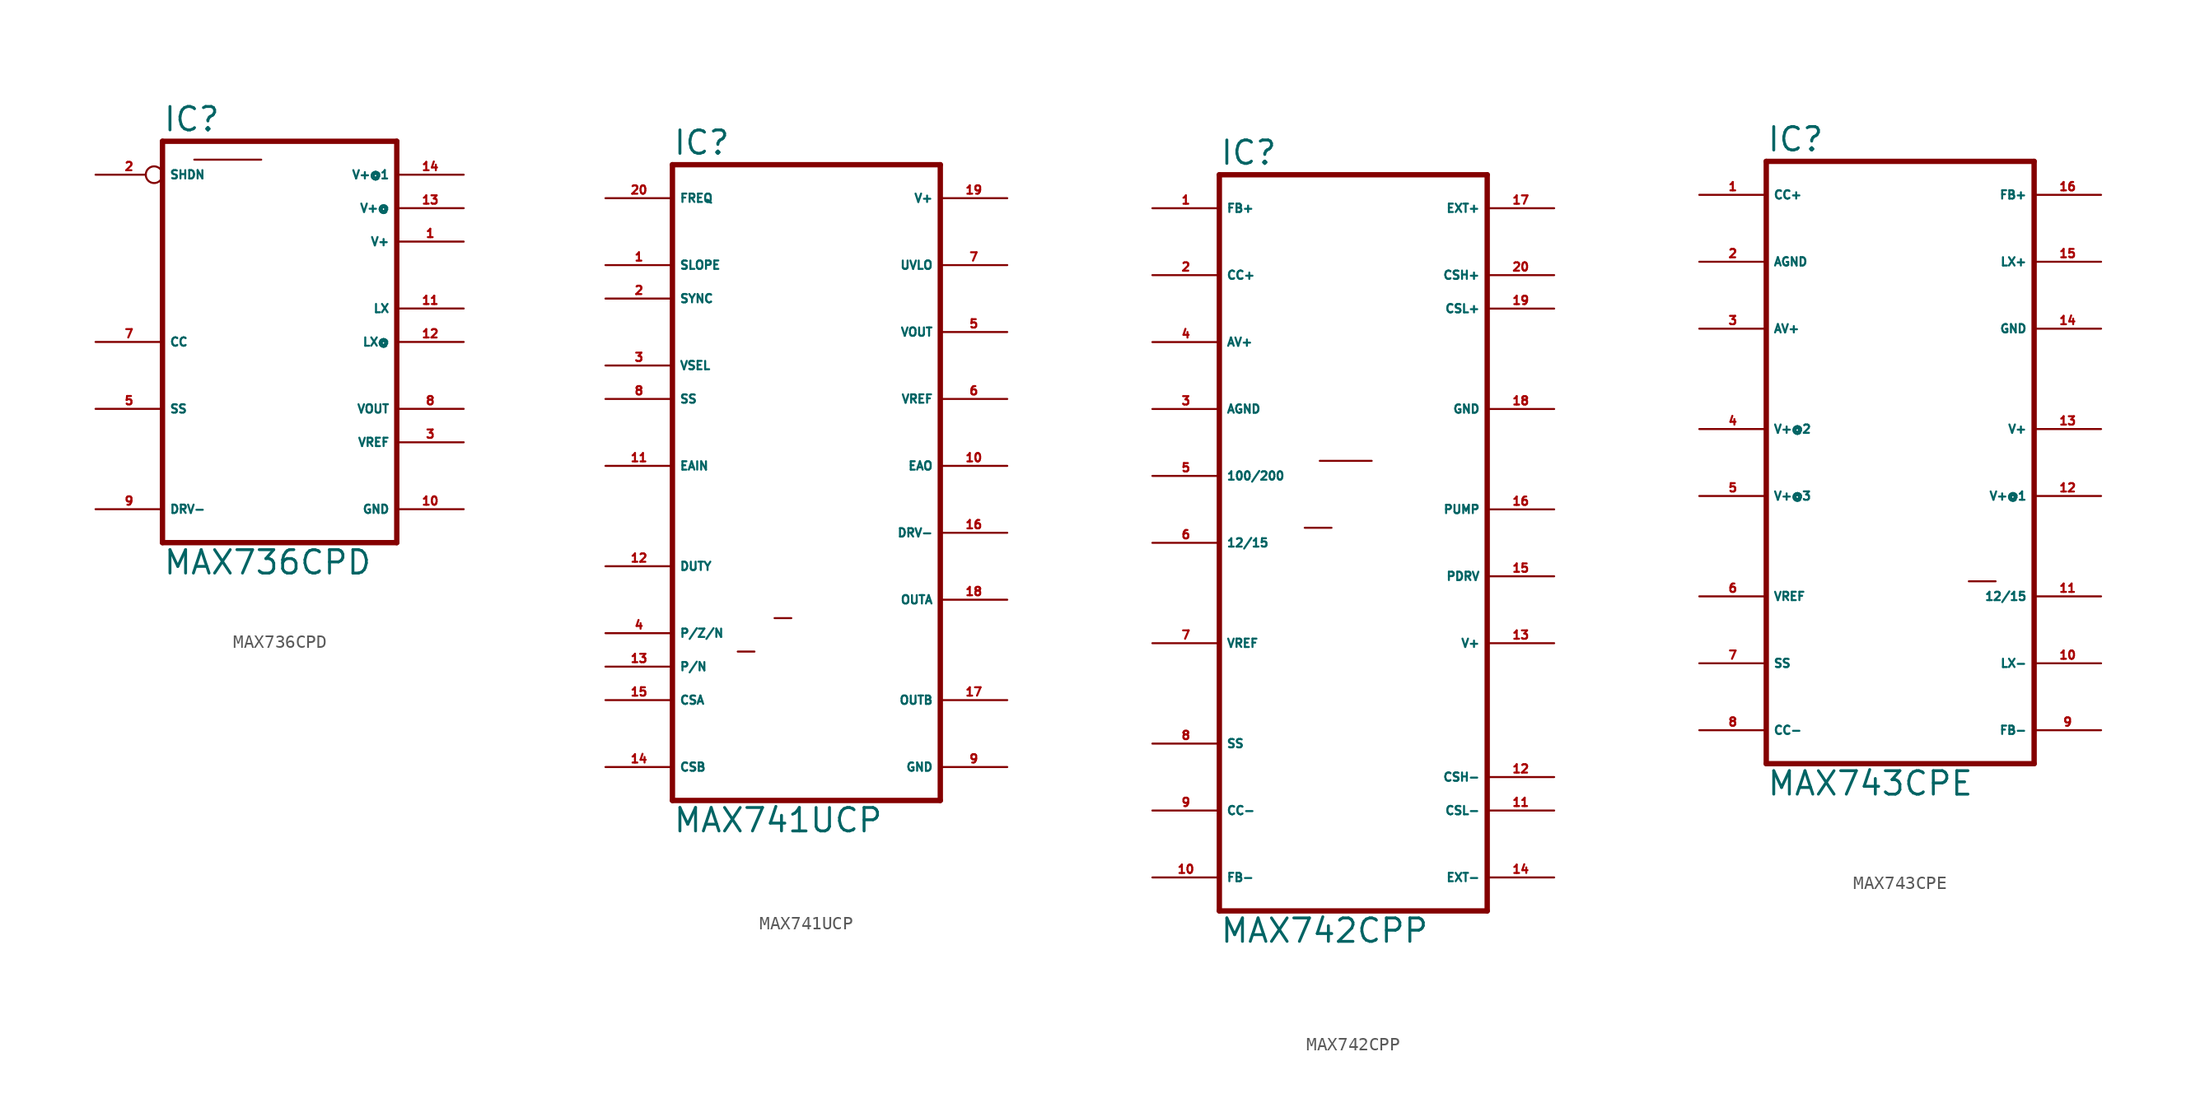
<source format=kicad_sym>
(kicad_symbol_lib
  (version 20220914)
  (generator Eagle2Kicad)
  (symbol "MAX736CPD"
    (property "Reference" "IC"
      (at -10.16 15.875 0)
      (effects (font (size 1.778 1.778) (thickness 0.22)) (justify left bottom)))
    (property "Value" "MAX736CPD"
      (at -10.16 -17.78 0)
      (effects (font (size 1.778 1.778) (thickness 0.22)) (justify left bottom)))
    (polyline
      (pts (xy 7.62 -15.24) (xy -10.16 -15.24))
      (stroke (width 0.406) (type default))
      (fill (type none)))
    (polyline
      (pts (xy -10.16 15.24) (xy -10.16 -15.24))
      (stroke (width 0.406) (type default))
      (fill (type none)))
    (polyline
      (pts (xy -10.16 15.24) (xy 7.62 15.24))
      (stroke (width 0.406) (type default))
      (fill (type none)))
    (polyline
      (pts (xy 7.62 -15.24) (xy 7.62 15.24))
      (stroke (width 0.406) (type default))
      (fill (type none)))
    (polyline
      (pts (xy -7.747 13.843) (xy -2.667 13.843))
      (stroke (width 0.152) (type default))
      (fill (type none)))
    (pin output line
      (at 12.7 -7.62 180)
      (length 5.08)
      (name "VREF" (effects (font (size 0.635 0.635) (thickness 0.08)) (justify left bottom)))
      (number "3" (effects (font (size 0.635 0.635) (thickness 0.08)) (justify left bottom))))
    (pin input line
      (at -15.24 0 0)
      (length 5.08)
      (name "CC" (effects (font (size 0.635 0.635) (thickness 0.08)) (justify left bottom)))
      (number "7" (effects (font (size 0.635 0.635) (thickness 0.08)) (justify left bottom))))
    (pin input line
      (at -15.24 -5.08 0)
      (length 5.08)
      (name "SS" (effects (font (size 0.635 0.635) (thickness 0.08)) (justify left bottom)))
      (number "5" (effects (font (size 0.635 0.635) (thickness 0.08)) (justify left bottom))))
    (pin input inverted
      (at -15.24 12.7 0)
      (length 5.08)
      (name "SHDN" (effects (font (size 0.635 0.635) (thickness 0.08)) (justify left bottom)))
      (number "2" (effects (font (size 0.635 0.635) (thickness 0.08)) (justify left bottom))))
    (pin output line
      (at 12.7 -5.08 180)
      (length 5.08)
      (name "VOUT" (effects (font (size 0.635 0.635) (thickness 0.08)) (justify left bottom)))
      (number "8" (effects (font (size 0.635 0.635) (thickness 0.08)) (justify left bottom))))
    (pin unspecified line
      (at 12.7 -12.7 180)
      (length 5.08)
      (name "GND" (effects (font (size 0.635 0.635) (thickness 0.08)) (justify left bottom)))
      (number "10" (effects (font (size 0.635 0.635) (thickness 0.08)) (justify left bottom))))
    (pin unspecified line
      (at 12.7 7.62 180)
      (length 5.08)
      (name "V+" (effects (font (size 0.635 0.635) (thickness 0.08)) (justify left bottom)))
      (number "1" (effects (font (size 0.635 0.635) (thickness 0.08)) (justify left bottom))))
    (pin output line
      (at 12.7 2.54 180)
      (length 5.08)
      (name "LX" (effects (font (size 0.635 0.635) (thickness 0.08)) (justify left bottom)))
      (number "11" (effects (font (size 0.635 0.635) (thickness 0.08)) (justify left bottom))))
    (pin input line
      (at -15.24 -12.7 0)
      (length 5.08)
      (name "DRV-" (effects (font (size 0.635 0.635) (thickness 0.08)) (justify left bottom)))
      (number "9" (effects (font (size 0.635 0.635) (thickness 0.08)) (justify left bottom))))
    (pin output line
      (at 12.7 0 180)
      (length 5.08)
      (name "LX@" (effects (font (size 0.635 0.635) (thickness 0.08)) (justify left bottom)))
      (number "12" (effects (font (size 0.635 0.635) (thickness 0.08)) (justify left bottom))))
    (pin unspecified line
      (at 12.7 10.16 180)
      (length 5.08)
      (name "V+@" (effects (font (size 0.635 0.635) (thickness 0.08)) (justify left bottom)))
      (number "13" (effects (font (size 0.635 0.635) (thickness 0.08)) (justify left bottom))))
    (pin unspecified line
      (at 12.7 12.7 180)
      (length 5.08)
      (name "V+@1" (effects (font (size 0.635 0.635) (thickness 0.08)) (justify left bottom)))
      (number "14" (effects (font (size 0.635 0.635) (thickness 0.08)) (justify left bottom)))))
  (symbol "MAX741UCP"
    (property "Reference" "IC"
      (at -10.16 26.035 0)
      (effects (font (size 1.778 1.778) (thickness 0.22)) (justify left bottom)))
    (property "Value" "MAX741UCP"
      (at -10.16 -25.4 0)
      (effects (font (size 1.778 1.778) (thickness 0.22)) (justify left bottom)))
    (polyline
      (pts (xy 10.16 -22.86) (xy -10.16 -22.86))
      (stroke (width 0.406) (type default))
      (fill (type none)))
    (polyline
      (pts (xy -10.16 25.4) (xy -10.16 -22.86))
      (stroke (width 0.406) (type default))
      (fill (type none)))
    (polyline
      (pts (xy -10.16 25.4) (xy 10.16 25.4))
      (stroke (width 0.406) (type default))
      (fill (type none)))
    (polyline
      (pts (xy 10.16 -22.86) (xy 10.16 25.4))
      (stroke (width 0.406) (type default))
      (fill (type none)))
    (polyline
      (pts (xy -2.413 -9.017) (xy -1.143 -9.017))
      (stroke (width 0.152) (type default))
      (fill (type none)))
    (polyline
      (pts (xy -5.207 -11.557) (xy -3.937 -11.557))
      (stroke (width 0.152) (type default))
      (fill (type none)))
    (pin output line
      (at 15.24 7.62 180)
      (length 5.08)
      (name "VREF" (effects (font (size 0.635 0.635) (thickness 0.08)) (justify left bottom)))
      (number "6" (effects (font (size 0.635 0.635) (thickness 0.08)) (justify left bottom))))
    (pin passive line
      (at -15.24 17.78 0)
      (length 5.08)
      (name "SLOPE" (effects (font (size 0.635 0.635) (thickness 0.08)) (justify left bottom)))
      (number "1" (effects (font (size 0.635 0.635) (thickness 0.08)) (justify left bottom))))
    (pin input line
      (at -15.24 10.16 0)
      (length 5.08)
      (name "VSEL" (effects (font (size 0.635 0.635) (thickness 0.08)) (justify left bottom)))
      (number "3" (effects (font (size 0.635 0.635) (thickness 0.08)) (justify left bottom))))
    (pin output line
      (at 15.24 12.7 180)
      (length 5.08)
      (name "VOUT" (effects (font (size 0.635 0.635) (thickness 0.08)) (justify left bottom)))
      (number "5" (effects (font (size 0.635 0.635) (thickness 0.08)) (justify left bottom))))
    (pin unspecified line
      (at 15.24 -20.32 180)
      (length 5.08)
      (name "GND" (effects (font (size 0.635 0.635) (thickness 0.08)) (justify left bottom)))
      (number "9" (effects (font (size 0.635 0.635) (thickness 0.08)) (justify left bottom))))
    (pin unspecified line
      (at 15.24 22.86 180)
      (length 5.08)
      (name "V+" (effects (font (size 0.635 0.635) (thickness 0.08)) (justify left bottom)))
      (number "19" (effects (font (size 0.635 0.635) (thickness 0.08)) (justify left bottom))))
    (pin passive line
      (at -15.24 15.24 0)
      (length 5.08)
      (name "SYNC" (effects (font (size 0.635 0.635) (thickness 0.08)) (justify left bottom)))
      (number "2" (effects (font (size 0.635 0.635) (thickness 0.08)) (justify left bottom))))
    (pin input line
      (at -15.24 -10.16 0)
      (length 5.08)
      (name "P/Z/N" (effects (font (size 0.635 0.635) (thickness 0.08)) (justify left bottom)))
      (number "4" (effects (font (size 0.635 0.635) (thickness 0.08)) (justify left bottom))))
    (pin input line
      (at -15.24 22.86 0)
      (length 5.08)
      (name "FREQ" (effects (font (size 0.635 0.635) (thickness 0.08)) (justify left bottom)))
      (number "20" (effects (font (size 0.635 0.635) (thickness 0.08)) (justify left bottom))))
    (pin output line
      (at 15.24 17.78 180)
      (length 5.08)
      (name "UVLO" (effects (font (size 0.635 0.635) (thickness 0.08)) (justify left bottom)))
      (number "7" (effects (font (size 0.635 0.635) (thickness 0.08)) (justify left bottom))))
    (pin input line
      (at -15.24 7.62 0)
      (length 5.08)
      (name "SS" (effects (font (size 0.635 0.635) (thickness 0.08)) (justify left bottom)))
      (number "8" (effects (font (size 0.635 0.635) (thickness 0.08)) (justify left bottom))))
    (pin output line
      (at 15.24 2.54 180)
      (length 5.08)
      (name "EAO" (effects (font (size 0.635 0.635) (thickness 0.08)) (justify left bottom)))
      (number "10" (effects (font (size 0.635 0.635) (thickness 0.08)) (justify left bottom))))
    (pin input line
      (at -15.24 2.54 0)
      (length 5.08)
      (name "EAIN" (effects (font (size 0.635 0.635) (thickness 0.08)) (justify left bottom)))
      (number "11" (effects (font (size 0.635 0.635) (thickness 0.08)) (justify left bottom))))
    (pin input line
      (at -15.24 -5.08 0)
      (length 5.08)
      (name "DUTY" (effects (font (size 0.635 0.635) (thickness 0.08)) (justify left bottom)))
      (number "12" (effects (font (size 0.635 0.635) (thickness 0.08)) (justify left bottom))))
    (pin input line
      (at -15.24 -12.7 0)
      (length 5.08)
      (name "P/N" (effects (font (size 0.635 0.635) (thickness 0.08)) (justify left bottom)))
      (number "13" (effects (font (size 0.635 0.635) (thickness 0.08)) (justify left bottom))))
    (pin input line
      (at -15.24 -15.24 0)
      (length 5.08)
      (name "CSA" (effects (font (size 0.635 0.635) (thickness 0.08)) (justify left bottom)))
      (number "15" (effects (font (size 0.635 0.635) (thickness 0.08)) (justify left bottom))))
    (pin input line
      (at -15.24 -20.32 0)
      (length 5.08)
      (name "CSB" (effects (font (size 0.635 0.635) (thickness 0.08)) (justify left bottom)))
      (number "14" (effects (font (size 0.635 0.635) (thickness 0.08)) (justify left bottom))))
    (pin output line
      (at 15.24 -7.62 180)
      (length 5.08)
      (name "OUTA" (effects (font (size 0.635 0.635) (thickness 0.08)) (justify left bottom)))
      (number "18" (effects (font (size 0.635 0.635) (thickness 0.08)) (justify left bottom))))
    (pin output line
      (at 15.24 -15.24 180)
      (length 5.08)
      (name "OUTB" (effects (font (size 0.635 0.635) (thickness 0.08)) (justify left bottom)))
      (number "17" (effects (font (size 0.635 0.635) (thickness 0.08)) (justify left bottom))))
    (pin output line
      (at 15.24 -2.54 180)
      (length 5.08)
      (name "DRV-" (effects (font (size 0.635 0.635) (thickness 0.08)) (justify left bottom)))
      (number "16" (effects (font (size 0.635 0.635) (thickness 0.08)) (justify left bottom)))))
  (symbol "MAX742CPP"
    (property "Reference" "IC"
      (at -10.16 28.575 0)
      (effects (font (size 1.778 1.778) (thickness 0.22)) (justify left bottom)))
    (property "Value" "MAX742CPP"
      (at -10.16 -30.48 0)
      (effects (font (size 1.778 1.778) (thickness 0.22)) (justify left bottom)))
    (polyline
      (pts (xy 10.16 -27.94) (xy -10.16 -27.94))
      (stroke (width 0.406) (type default))
      (fill (type none)))
    (polyline
      (pts (xy -10.16 27.94) (xy -10.16 -27.94))
      (stroke (width 0.406) (type default))
      (fill (type none)))
    (polyline
      (pts (xy -10.16 27.94) (xy 10.16 27.94))
      (stroke (width 0.406) (type default))
      (fill (type none)))
    (polyline
      (pts (xy 10.16 -27.94) (xy 10.16 27.94))
      (stroke (width 0.406) (type default))
      (fill (type none)))
    (polyline
      (pts (xy -3.683 1.143) (xy -1.651 1.143))
      (stroke (width 0.152) (type default))
      (fill (type none)))
    (polyline
      (pts (xy -2.54 6.223) (xy 1.397 6.223))
      (stroke (width 0.152) (type default))
      (fill (type none)))
    (pin unspecified line
      (at 15.24 10.16 180)
      (length 5.08)
      (name "GND" (effects (font (size 0.635 0.635) (thickness 0.08)) (justify left bottom)))
      (number "18" (effects (font (size 0.635 0.635) (thickness 0.08)) (justify left bottom))))
    (pin input line
      (at -15.24 25.4 0)
      (length 5.08)
      (name "FB+" (effects (font (size 0.635 0.635) (thickness 0.08)) (justify left bottom)))
      (number "1" (effects (font (size 0.635 0.635) (thickness 0.08)) (justify left bottom))))
    (pin passive line
      (at -15.24 -15.24 0)
      (length 5.08)
      (name "SS" (effects (font (size 0.635 0.635) (thickness 0.08)) (justify left bottom)))
      (number "8" (effects (font (size 0.635 0.635) (thickness 0.08)) (justify left bottom))))
    (pin unspecified line
      (at -15.24 -7.62 0)
      (length 5.08)
      (name "VREF" (effects (font (size 0.635 0.635) (thickness 0.08)) (justify left bottom)))
      (number "7" (effects (font (size 0.635 0.635) (thickness 0.08)) (justify left bottom))))
    (pin passive line
      (at -15.24 20.32 0)
      (length 5.08)
      (name "CC+" (effects (font (size 0.635 0.635) (thickness 0.08)) (justify left bottom)))
      (number "2" (effects (font (size 0.635 0.635) (thickness 0.08)) (justify left bottom))))
    (pin input line
      (at -15.24 15.24 0)
      (length 5.08)
      (name "AV+" (effects (font (size 0.635 0.635) (thickness 0.08)) (justify left bottom)))
      (number "4" (effects (font (size 0.635 0.635) (thickness 0.08)) (justify left bottom))))
    (pin input line
      (at -15.24 0 0)
      (length 5.08)
      (name "12/15" (effects (font (size 0.635 0.635) (thickness 0.08)) (justify left bottom)))
      (number "6" (effects (font (size 0.635 0.635) (thickness 0.08)) (justify left bottom))))
    (pin input line
      (at -15.24 5.08 0)
      (length 5.08)
      (name "100/200" (effects (font (size 0.635 0.635) (thickness 0.08)) (justify left bottom)))
      (number "5" (effects (font (size 0.635 0.635) (thickness 0.08)) (justify left bottom))))
    (pin unspecified line
      (at -15.24 10.16 0)
      (length 5.08)
      (name "AGND" (effects (font (size 0.635 0.635) (thickness 0.08)) (justify left bottom)))
      (number "3" (effects (font (size 0.635 0.635) (thickness 0.08)) (justify left bottom))))
    (pin tri_state line
      (at 15.24 -25.4 180)
      (length 5.08)
      (name "EXT-" (effects (font (size 0.635 0.635) (thickness 0.08)) (justify left bottom)))
      (number "14" (effects (font (size 0.635 0.635) (thickness 0.08)) (justify left bottom))))
    (pin passive line
      (at -15.24 -20.32 0)
      (length 5.08)
      (name "CC-" (effects (font (size 0.635 0.635) (thickness 0.08)) (justify left bottom)))
      (number "9" (effects (font (size 0.635 0.635) (thickness 0.08)) (justify left bottom))))
    (pin input line
      (at -15.24 -25.4 0)
      (length 5.08)
      (name "FB-" (effects (font (size 0.635 0.635) (thickness 0.08)) (justify left bottom)))
      (number "10" (effects (font (size 0.635 0.635) (thickness 0.08)) (justify left bottom))))
    (pin input line
      (at 15.24 -20.32 180)
      (length 5.08)
      (name "CSL-" (effects (font (size 0.635 0.635) (thickness 0.08)) (justify left bottom)))
      (number "11" (effects (font (size 0.635 0.635) (thickness 0.08)) (justify left bottom))))
    (pin input line
      (at 15.24 -17.78 180)
      (length 5.08)
      (name "CSH-" (effects (font (size 0.635 0.635) (thickness 0.08)) (justify left bottom)))
      (number "12" (effects (font (size 0.635 0.635) (thickness 0.08)) (justify left bottom))))
    (pin input line
      (at 15.24 -7.62 180)
      (length 5.08)
      (name "V+" (effects (font (size 0.635 0.635) (thickness 0.08)) (justify left bottom)))
      (number "13" (effects (font (size 0.635 0.635) (thickness 0.08)) (justify left bottom))))
    (pin input line
      (at 15.24 -2.54 180)
      (length 5.08)
      (name "PDRV" (effects (font (size 0.635 0.635) (thickness 0.08)) (justify left bottom)))
      (number "15" (effects (font (size 0.635 0.635) (thickness 0.08)) (justify left bottom))))
    (pin input line
      (at 15.24 17.78 180)
      (length 5.08)
      (name "CSL+" (effects (font (size 0.635 0.635) (thickness 0.08)) (justify left bottom)))
      (number "19" (effects (font (size 0.635 0.635) (thickness 0.08)) (justify left bottom))))
    (pin input line
      (at 15.24 20.32 180)
      (length 5.08)
      (name "CSH+" (effects (font (size 0.635 0.635) (thickness 0.08)) (justify left bottom)))
      (number "20" (effects (font (size 0.635 0.635) (thickness 0.08)) (justify left bottom))))
    (pin output line
      (at 15.24 2.54 180)
      (length 5.08)
      (name "PUMP" (effects (font (size 0.635 0.635) (thickness 0.08)) (justify left bottom)))
      (number "16" (effects (font (size 0.635 0.635) (thickness 0.08)) (justify left bottom))))
    (pin tri_state line
      (at 15.24 25.4 180)
      (length 5.08)
      (name "EXT+" (effects (font (size 0.635 0.635) (thickness 0.08)) (justify left bottom)))
      (number "17" (effects (font (size 0.635 0.635) (thickness 0.08)) (justify left bottom)))))
  (symbol "MAX743CPE"
    (property "Reference" "IC"
      (at -10.16 23.495 0)
      (effects (font (size 1.778 1.778) (thickness 0.22)) (justify left bottom)))
    (property "Value" "MAX743CPE"
      (at -10.16 -25.4 0)
      (effects (font (size 1.778 1.778) (thickness 0.22)) (justify left bottom)))
    (polyline
      (pts (xy 10.16 -22.86) (xy -10.16 -22.86))
      (stroke (width 0.406) (type default))
      (fill (type none)))
    (polyline
      (pts (xy -10.16 22.86) (xy -10.16 -22.86))
      (stroke (width 0.406) (type default))
      (fill (type none)))
    (polyline
      (pts (xy -10.16 22.86) (xy 10.16 22.86))
      (stroke (width 0.406) (type default))
      (fill (type none)))
    (polyline
      (pts (xy 10.16 -22.86) (xy 10.16 22.86))
      (stroke (width 0.406) (type default))
      (fill (type none)))
    (polyline
      (pts (xy 5.207 -9.017) (xy 7.239 -9.017))
      (stroke (width 0.152) (type default))
      (fill (type none)))
    (pin unspecified line
      (at 15.24 10.16 180)
      (length 5.08)
      (name "GND" (effects (font (size 0.635 0.635) (thickness 0.08)) (justify left bottom)))
      (number "14" (effects (font (size 0.635 0.635) (thickness 0.08)) (justify left bottom))))
    (pin input line
      (at 15.24 20.32 180)
      (length 5.08)
      (name "FB+" (effects (font (size 0.635 0.635) (thickness 0.08)) (justify left bottom)))
      (number "16" (effects (font (size 0.635 0.635) (thickness 0.08)) (justify left bottom))))
    (pin passive line
      (at -15.24 -15.24 0)
      (length 5.08)
      (name "SS" (effects (font (size 0.635 0.635) (thickness 0.08)) (justify left bottom)))
      (number "7" (effects (font (size 0.635 0.635) (thickness 0.08)) (justify left bottom))))
    (pin unspecified line
      (at -15.24 -10.16 0)
      (length 5.08)
      (name "VREF" (effects (font (size 0.635 0.635) (thickness 0.08)) (justify left bottom)))
      (number "6" (effects (font (size 0.635 0.635) (thickness 0.08)) (justify left bottom))))
    (pin passive line
      (at -15.24 20.32 0)
      (length 5.08)
      (name "CC+" (effects (font (size 0.635 0.635) (thickness 0.08)) (justify left bottom)))
      (number "1" (effects (font (size 0.635 0.635) (thickness 0.08)) (justify left bottom))))
    (pin input line
      (at -15.24 10.16 0)
      (length 5.08)
      (name "AV+" (effects (font (size 0.635 0.635) (thickness 0.08)) (justify left bottom)))
      (number "3" (effects (font (size 0.635 0.635) (thickness 0.08)) (justify left bottom))))
    (pin input line
      (at 15.24 -10.16 180)
      (length 5.08)
      (name "12/15" (effects (font (size 0.635 0.635) (thickness 0.08)) (justify left bottom)))
      (number "11" (effects (font (size 0.635 0.635) (thickness 0.08)) (justify left bottom))))
    (pin unspecified line
      (at -15.24 15.24 0)
      (length 5.08)
      (name "AGND" (effects (font (size 0.635 0.635) (thickness 0.08)) (justify left bottom)))
      (number "2" (effects (font (size 0.635 0.635) (thickness 0.08)) (justify left bottom))))
    (pin passive line
      (at 15.24 -15.24 180)
      (length 5.08)
      (name "LX-" (effects (font (size 0.635 0.635) (thickness 0.08)) (justify left bottom)))
      (number "10" (effects (font (size 0.635 0.635) (thickness 0.08)) (justify left bottom))))
    (pin passive line
      (at -15.24 -20.32 0)
      (length 5.08)
      (name "CC-" (effects (font (size 0.635 0.635) (thickness 0.08)) (justify left bottom)))
      (number "8" (effects (font (size 0.635 0.635) (thickness 0.08)) (justify left bottom))))
    (pin input line
      (at 15.24 -20.32 180)
      (length 5.08)
      (name "FB-" (effects (font (size 0.635 0.635) (thickness 0.08)) (justify left bottom)))
      (number "9" (effects (font (size 0.635 0.635) (thickness 0.08)) (justify left bottom))))
    (pin input line
      (at 15.24 -2.54 180)
      (length 5.08)
      (name "V+@1" (effects (font (size 0.635 0.635) (thickness 0.08)) (justify left bottom)))
      (number "12" (effects (font (size 0.635 0.635) (thickness 0.08)) (justify left bottom))))
    (pin passive line
      (at 15.24 15.24 180)
      (length 5.08)
      (name "LX+" (effects (font (size 0.635 0.635) (thickness 0.08)) (justify left bottom)))
      (number "15" (effects (font (size 0.635 0.635) (thickness 0.08)) (justify left bottom))))
    (pin input line
      (at 15.24 2.54 180)
      (length 5.08)
      (name "V+" (effects (font (size 0.635 0.635) (thickness 0.08)) (justify left bottom)))
      (number "13" (effects (font (size 0.635 0.635) (thickness 0.08)) (justify left bottom))))
    (pin input line
      (at -15.24 -2.54 0)
      (length 5.08)
      (name "V+@3" (effects (font (size 0.635 0.635) (thickness 0.08)) (justify left bottom)))
      (number "5" (effects (font (size 0.635 0.635) (thickness 0.08)) (justify left bottom))))
    (pin input line
      (at -15.24 2.54 0)
      (length 5.08)
      (name "V+@2" (effects (font (size 0.635 0.635) (thickness 0.08)) (justify left bottom)))
      (number "4" (effects (font (size 0.635 0.635) (thickness 0.08)) (justify left bottom))))))
</source>
